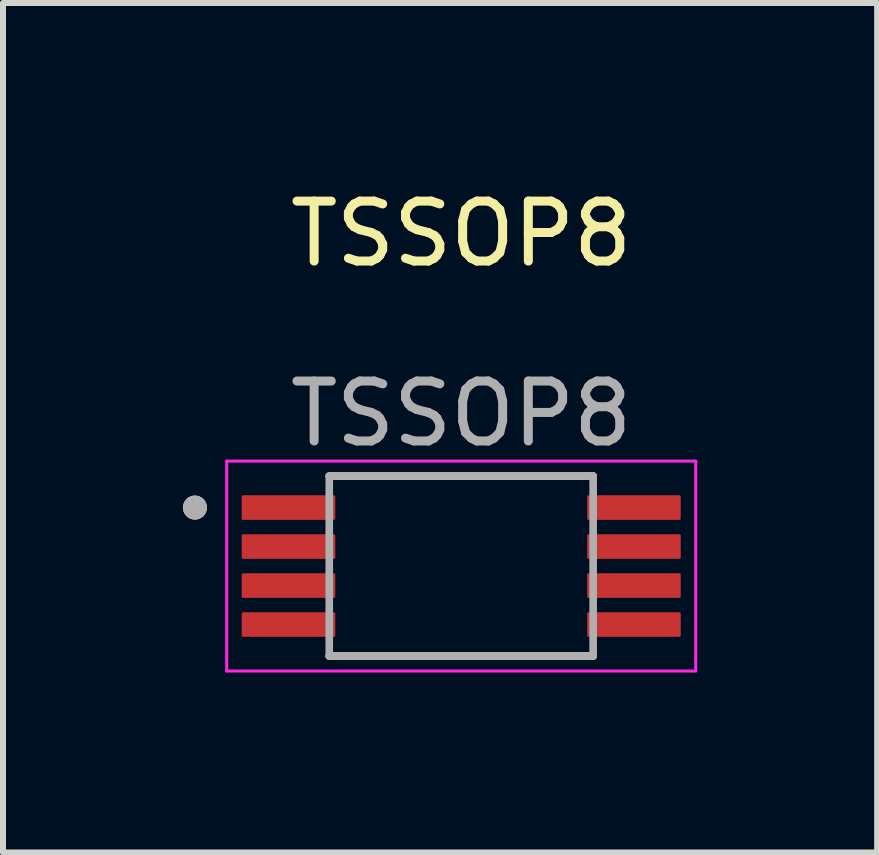
<source format=kicad_pcb>
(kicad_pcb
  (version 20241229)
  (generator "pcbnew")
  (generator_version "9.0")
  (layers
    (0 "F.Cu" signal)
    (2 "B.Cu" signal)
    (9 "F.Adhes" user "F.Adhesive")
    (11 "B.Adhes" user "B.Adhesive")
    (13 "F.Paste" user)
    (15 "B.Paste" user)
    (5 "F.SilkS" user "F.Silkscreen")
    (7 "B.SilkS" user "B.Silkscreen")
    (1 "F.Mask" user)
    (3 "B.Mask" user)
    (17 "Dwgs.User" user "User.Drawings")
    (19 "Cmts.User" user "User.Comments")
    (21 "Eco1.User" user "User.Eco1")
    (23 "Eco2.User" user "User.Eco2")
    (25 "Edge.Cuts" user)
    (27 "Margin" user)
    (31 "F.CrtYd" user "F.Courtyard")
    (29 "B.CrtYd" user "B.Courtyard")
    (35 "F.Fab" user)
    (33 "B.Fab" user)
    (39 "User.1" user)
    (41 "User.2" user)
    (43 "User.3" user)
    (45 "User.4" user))
  (footprint "TSSOP8"
    (layer "F.Cu")
    (at 4.64 1.348)
    (property "Reference" "TSSOP8" (at 0 -0.5 0) (unlocked yes) (layer "F.SilkS") (effects (font (size 1 1) (thickness 0.15))))
    (attr smd)
    (fp_line (start -2.2 3.54) (end 2.2 3.54) (stroke (width 0.127) (type solid)) (layer "F.SilkS"))
    (fp_line (start -2.2 6.54) (end 2.2 6.54) (stroke (width 0.127) (type solid)) (layer "F.SilkS"))
    (fp_circle (center -4.44 4.065) (end -4.34 4.065) (stroke (width 0.2) (type solid)) (fill no) (layer "F.SilkS"))
    (fp_line (start -3.91 3.29) (end -3.91 6.79) (stroke (width 0.05) (type solid)) (layer "F.CrtYd"))
    (fp_line (start -3.91 3.29) (end 3.91 3.29) (stroke (width 0.05) (type solid)) (layer "F.CrtYd"))
    (fp_line (start -3.91 6.79) (end 3.91 6.79) (stroke (width 0.05) (type solid)) (layer "F.CrtYd"))
    (fp_line (start 3.91 3.29) (end 3.91 6.79) (stroke (width 0.05) (type solid)) (layer "F.CrtYd"))
    (fp_line (start -2.2 3.54) (end -2.2 6.54) (stroke (width 0.127) (type solid)) (layer "F.Fab"))
    (fp_line (start -2.2 3.54) (end 2.2 3.54) (stroke (width 0.127) (type solid)) (layer "F.Fab"))
    (fp_line (start -2.2 6.54) (end 2.2 6.54) (stroke (width 0.127) (type solid)) (layer "F.Fab"))
    (fp_line (start 2.2 3.54) (end 2.2 6.54) (stroke (width 0.127) (type solid)) (layer "F.Fab"))
    (fp_circle (center -4.44 4.065) (end -4.34 4.065) (stroke (width 0.2) (type solid)) (fill no) (layer "F.Fab"))
    (fp_text user "${REFERENCE}" (at 0 2.5 0) (unlocked yes) (layer "F.Fab") (effects (font (size 1 1) (thickness 0.15))))
    (pad "1" smd roundrect (at -2.88 4.065) (size 1.56 0.41) (layers "F.Cu" "F.Mask" "F.Paste") (roundrect_rratio 0.05))
    (pad "2" smd roundrect (at -2.88 4.715) (size 1.56 0.41) (layers "F.Cu" "F.Mask" "F.Paste") (roundrect_rratio 0.05))
    (pad "3" smd roundrect (at -2.88 5.365) (size 1.56 0.41) (layers "F.Cu" "F.Mask" "F.Paste") (roundrect_rratio 0.05))
    (pad "4" smd roundrect (at -2.88 6.015) (size 1.56 0.41) (layers "F.Cu" "F.Mask" "F.Paste") (roundrect_rratio 0.05))
    (pad "5" smd roundrect (at 2.88 6.015) (size 1.56 0.41) (layers "F.Cu" "F.Mask" "F.Paste") (roundrect_rratio 0.05))
    (pad "6" smd roundrect (at 2.88 5.365) (size 1.56 0.41) (layers "F.Cu" "F.Mask" "F.Paste") (roundrect_rratio 0.05))
    (pad "7" smd roundrect (at 2.88 4.715) (size 1.56 0.41) (layers "F.Cu" "F.Mask" "F.Paste") (roundrect_rratio 0.05))
    (pad "8" smd roundrect (at 2.88 4.065) (size 1.56 0.41) (layers "F.Cu" "F.Mask" "F.Paste") (roundrect_rratio 0.05)))
  (gr_rect
    (start -3 -3)
    (end 11.575 11.163)
    (stroke (width 0.1) (type default))
    (fill no)
    (layer "Edge.Cuts")))
</source>
